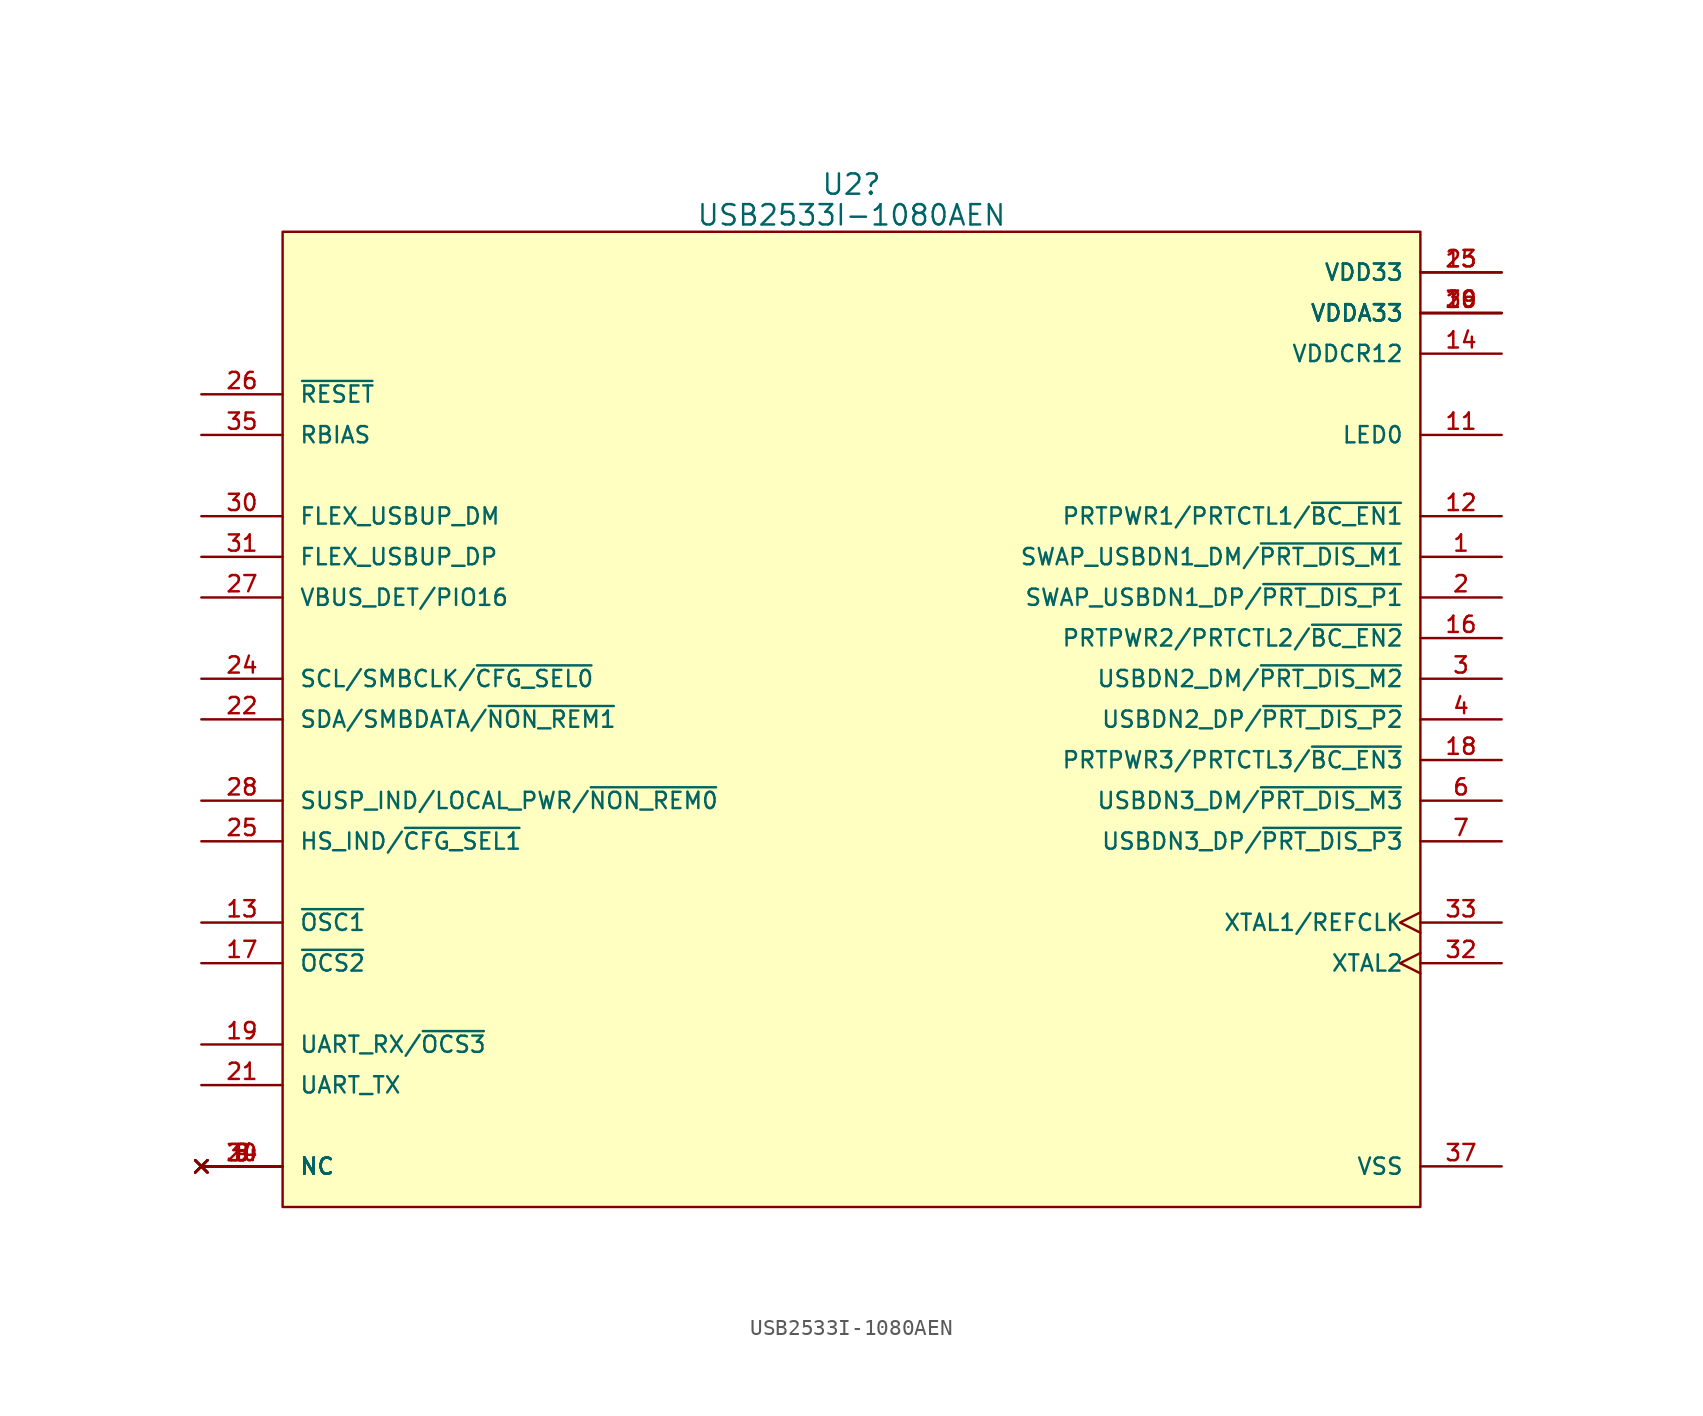
<source format=kicad_sym>
(kicad_symbol_lib
  (version 20220914)
  (generator kicad_symbol_editor)
  (symbol "USB2533I-1080AEN"
    (pin_names
      (offset 1.016))
    (property "Reference" "U2"
      (at 0 33.439 0)
      (effects (font (size 1.27 1.27))))
    (property "Value" "USB2533I-1080AEN"
      (at 0 31.518 0)
      (effects (font (size 1.27 1.27))))
    (symbol "USB2533I-1080AEN_0_0"
      (rectangle (start -35.56 -30.48) (end 35.56 30.48) (stroke (width 0.152) (type default)) (fill (type background)))
      (pin bidirectional line (at 40.64 10.16 180) (length 5.08) (name "SWAP_USBDN1_DM/~{PRT_DIS_M1}" (effects (font (size 1.016 1.016)))) (number "1" (effects (font (size 1.016 1.016)))))
      (pin power_in line (at 40.64 25.4 180) (length 5.08) (name "VDDA33" (effects (font (size 1.016 1.016)))) (number "10" (effects (font (size 1.016 1.016)))))
      (pin output line (at 40.64 17.78 180) (length 5.08) (name "LED0" (effects (font (size 1.016 1.016)))) (number "11" (effects (font (size 1.016 1.016)))))
      (pin bidirectional line (at 40.64 12.7 180) (length 5.08) (name "PRTPWR1/PRTCTL1/~{BC_EN1}" (effects (font (size 1.016 1.016)))) (number "12" (effects (font (size 1.016 1.016)))))
      (pin input line (at -40.64 -12.7 0) (length 5.08) (name "~{OSC1}" (effects (font (size 1.016 1.016)))) (number "13" (effects (font (size 1.016 1.016)))))
      (pin power_in line (at 40.64 22.86 180) (length 5.08) (name "VDDCR12" (effects (font (size 1.016 1.016)))) (number "14" (effects (font (size 1.016 1.016)))))
      (pin power_in line (at 40.64 27.94 180) (length 5.08) (name "VDD33" (effects (font (size 1.016 1.016)))) (number "15" (effects (font (size 1.016 1.016)))))
      (pin bidirectional line (at 40.64 5.08 180) (length 5.08) (name "PRTPWR2/PRTCTL2/~{BC_EN2}" (effects (font (size 1.016 1.016)))) (number "16" (effects (font (size 1.016 1.016)))))
      (pin input line (at -40.64 -15.24 0) (length 5.08) (name "~{OCS2}" (effects (font (size 1.016 1.016)))) (number "17" (effects (font (size 1.016 1.016)))))
      (pin bidirectional line (at 40.64 -2.54 180) (length 5.08) (name "PRTPWR3/PRTCTL3/~{BC_EN3}" (effects (font (size 1.016 1.016)))) (number "18" (effects (font (size 1.016 1.016)))))
      (pin input line (at -40.64 -20.32 0) (length 5.08) (name "UART_RX/~{OCS3}" (effects (font (size 1.016 1.016)))) (number "19" (effects (font (size 1.016 1.016)))))
      (pin bidirectional line (at 40.64 7.62 180) (length 5.08) (name "SWAP_USBDN1_DP/~{PRT_DIS_P1}" (effects (font (size 1.016 1.016)))) (number "2" (effects (font (size 1.016 1.016)))))
      (pin no_connect line (at -40.64 -27.94 0) (length 5.08) (name "NC" (effects (font (size 1.016 1.016)))) (number "20" (effects (font (size 1.016 1.016)))))
      (pin output line (at -40.64 -22.86 0) (length 5.08) (name "UART_TX" (effects (font (size 1.016 1.016)))) (number "21" (effects (font (size 1.016 1.016)))))
      (pin bidirectional line (at -40.64 0 0) (length 5.08) (name "SDA/SMBDATA/~{NON_REM1}" (effects (font (size 1.016 1.016)))) (number "22" (effects (font (size 1.016 1.016)))))
      (pin power_in line (at 40.64 27.94 180) (length 5.08) (name "VDD33" (effects (font (size 1.016 1.016)))) (number "23" (effects (font (size 1.016 1.016)))))
      (pin input line (at -40.64 2.54 0) (length 5.08) (name "SCL/SMBCLK/~{CFG_SEL0}" (effects (font (size 1.016 1.016)))) (number "24" (effects (font (size 1.016 1.016)))))
      (pin bidirectional line (at -40.64 -7.62 0) (length 5.08) (name "HS_IND/~{CFG_SEL1}" (effects (font (size 1.016 1.016)))) (number "25" (effects (font (size 1.016 1.016)))))
      (pin input line (at -40.64 20.32 0) (length 5.08) (name "~{RESET}" (effects (font (size 1.016 1.016)))) (number "26" (effects (font (size 1.016 1.016)))))
      (pin bidirectional line (at -40.64 7.62 0) (length 5.08) (name "VBUS_DET/PIO16" (effects (font (size 1.016 1.016)))) (number "27" (effects (font (size 1.016 1.016)))))
      (pin bidirectional line (at -40.64 -5.08 0) (length 5.08) (name "SUSP_IND/LOCAL_PWR/~{NON_REM0}" (effects (font (size 1.016 1.016)))) (number "28" (effects (font (size 1.016 1.016)))))
      (pin power_in line (at 40.64 25.4 180) (length 5.08) (name "VDDA33" (effects (font (size 1.016 1.016)))) (number "29" (effects (font (size 1.016 1.016)))))
      (pin bidirectional line (at 40.64 2.54 180) (length 5.08) (name "USBDN2_DM/~{PRT_DIS_M2}" (effects (font (size 1.016 1.016)))) (number "3" (effects (font (size 1.016 1.016)))))
      (pin bidirectional line (at -40.64 12.7 0) (length 5.08) (name "FLEX_USBUP_DM" (effects (font (size 1.016 1.016)))) (number "30" (effects (font (size 1.016 1.016)))))
      (pin bidirectional line (at -40.64 10.16 0) (length 5.08) (name "FLEX_USBUP_DP" (effects (font (size 1.016 1.016)))) (number "31" (effects (font (size 1.016 1.016)))))
      (pin output clock (at 40.64 -15.24 180) (length 5.08) (name "XTAL2" (effects (font (size 1.016 1.016)))) (number "32" (effects (font (size 1.016 1.016)))))
      (pin input clock (at 40.64 -12.7 180) (length 5.08) (name "XTAL1/REFCLK" (effects (font (size 1.016 1.016)))) (number "33" (effects (font (size 1.016 1.016)))))
      (pin no_connect line (at -40.64 -27.94 0) (length 5.08) (name "NC" (effects (font (size 1.016 1.016)))) (number "34" (effects (font (size 1.016 1.016)))))
      (pin input line (at -40.64 17.78 0) (length 5.08) (name "RBIAS" (effects (font (size 1.016 1.016)))) (number "35" (effects (font (size 1.016 1.016)))))
      (pin power_in line (at 40.64 25.4 180) (length 5.08) (name "VDDA33" (effects (font (size 1.016 1.016)))) (number "36" (effects (font (size 1.016 1.016)))))
      (pin power_in line (at 40.64 -27.94 180) (length 5.08) (name "VSS" (effects (font (size 1.016 1.016)))) (number "37" (effects (font (size 1.016 1.016)))))
      (pin bidirectional line (at 40.64 0 180) (length 5.08) (name "USBDN2_DP/~{PRT_DIS_P2}" (effects (font (size 1.016 1.016)))) (number "4" (effects (font (size 1.016 1.016)))))
      (pin no_connect line (at -40.64 -27.94 0) (length 5.08) (name "NC" (effects (font (size 1.016 1.016)))) (number "5" (effects (font (size 1.016 1.016)))))
      (pin bidirectional line (at 40.64 -5.08 180) (length 5.08) (name "USBDN3_DM/~{PRT_DIS_M3}" (effects (font (size 1.016 1.016)))) (number "6" (effects (font (size 1.016 1.016)))))
      (pin bidirectional line (at 40.64 -7.62 180) (length 5.08) (name "USBDN3_DP/~{PRT_DIS_P3}" (effects (font (size 1.016 1.016)))) (number "7" (effects (font (size 1.016 1.016)))))
      (pin no_connect line (at -40.64 -27.94 0) (length 5.08) (name "NC" (effects (font (size 1.016 1.016)))) (number "8" (effects (font (size 1.016 1.016)))))
      (pin no_connect line (at -40.64 -27.94 0) (length 5.08) (name "NC" (effects (font (size 1.016 1.016)))) (number "9" (effects (font (size 1.016 1.016))))))))
</source>
